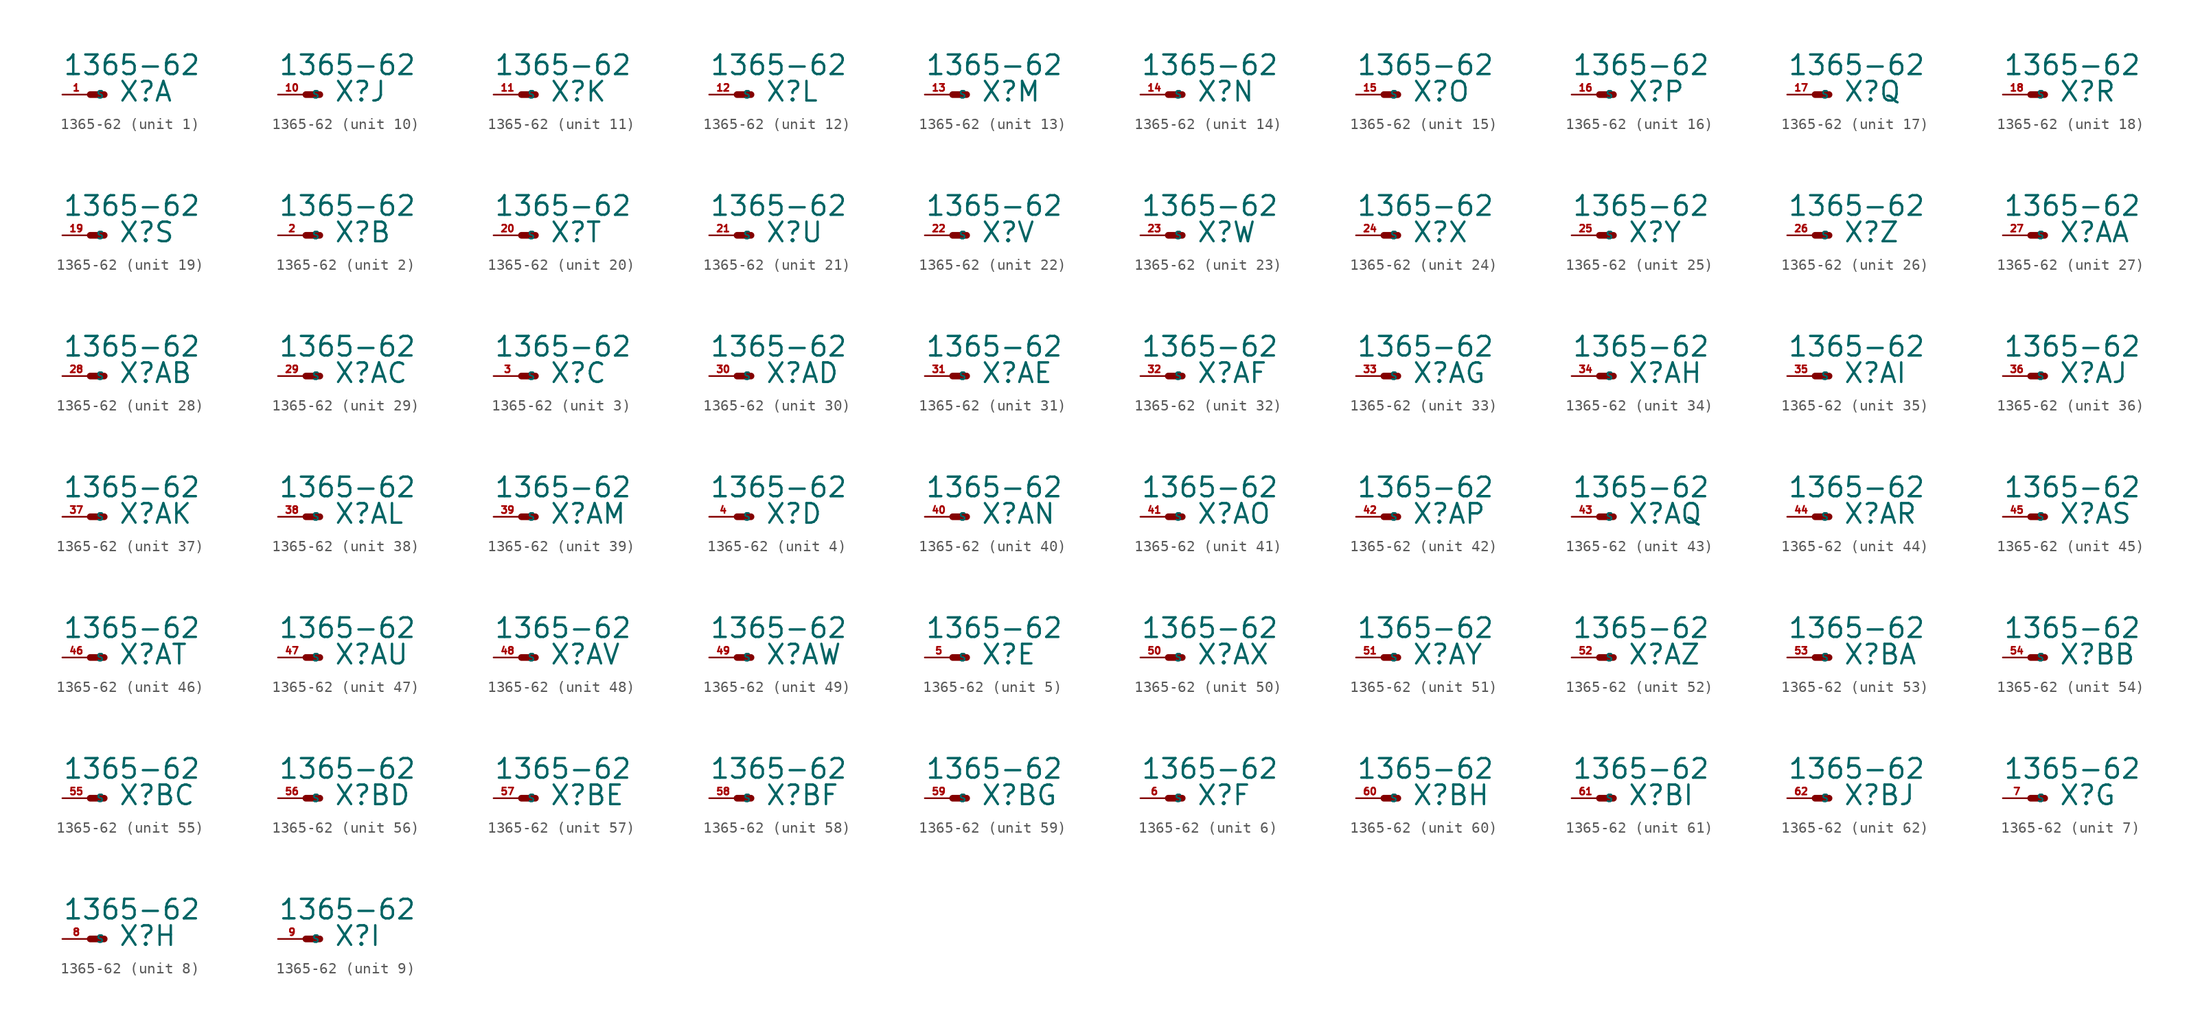
<source format=kicad_sym>
(kicad_symbol_lib
  (version 20220914)
  (generator Eagle2Kicad)
  (symbol "1365-62"
    (property "Reference" "X"
      (at 2.54 -0.762 0)
      (effects (font (size 1.778 1.778) (thickness 0.22)) (justify left bottom)))
    (property "Value" "1365-62"
      (at -2.54 1.651 0)
      (effects (font (size 1.778 1.778) (thickness 0.22)) (justify left bottom)))
    (symbol "1365-62_1_0"
      (polyline (pts (xy 0 0) (xy 1.27 0)) (stroke (width 0.61) (type default)) (fill (type none)))
      (pin passive line (at -2.54 0 0) (length 2.54) (name "S" (effects (font (size 0.635 0.635) (thickness 0.08)) (justify left bottom))) (number "1" (effects (font (size 0.635 0.635) (thickness 0.08)) (justify left bottom)))))
    (symbol "1365-62_2_0"
      (polyline (pts (xy 0 0) (xy 1.27 0)) (stroke (width 0.61) (type default)) (fill (type none)))
      (pin passive line (at -2.54 0 0) (length 2.54) (name "S" (effects (font (size 0.635 0.635) (thickness 0.08)) (justify left bottom))) (number "2" (effects (font (size 0.635 0.635) (thickness 0.08)) (justify left bottom)))))
    (symbol "1365-62_3_0"
      (polyline (pts (xy 0 0) (xy 1.27 0)) (stroke (width 0.61) (type default)) (fill (type none)))
      (pin passive line (at -2.54 0 0) (length 2.54) (name "S" (effects (font (size 0.635 0.635) (thickness 0.08)) (justify left bottom))) (number "3" (effects (font (size 0.635 0.635) (thickness 0.08)) (justify left bottom)))))
    (symbol "1365-62_4_0"
      (polyline (pts (xy 0 0) (xy 1.27 0)) (stroke (width 0.61) (type default)) (fill (type none)))
      (pin passive line (at -2.54 0 0) (length 2.54) (name "S" (effects (font (size 0.635 0.635) (thickness 0.08)) (justify left bottom))) (number "4" (effects (font (size 0.635 0.635) (thickness 0.08)) (justify left bottom)))))
    (symbol "1365-62_5_0"
      (polyline (pts (xy 0 0) (xy 1.27 0)) (stroke (width 0.61) (type default)) (fill (type none)))
      (pin passive line (at -2.54 0 0) (length 2.54) (name "S" (effects (font (size 0.635 0.635) (thickness 0.08)) (justify left bottom))) (number "5" (effects (font (size 0.635 0.635) (thickness 0.08)) (justify left bottom)))))
    (symbol "1365-62_6_0"
      (polyline (pts (xy 0 0) (xy 1.27 0)) (stroke (width 0.61) (type default)) (fill (type none)))
      (pin passive line (at -2.54 0 0) (length 2.54) (name "S" (effects (font (size 0.635 0.635) (thickness 0.08)) (justify left bottom))) (number "6" (effects (font (size 0.635 0.635) (thickness 0.08)) (justify left bottom)))))
    (symbol "1365-62_7_0"
      (polyline (pts (xy 0 0) (xy 1.27 0)) (stroke (width 0.61) (type default)) (fill (type none)))
      (pin passive line (at -2.54 0 0) (length 2.54) (name "S" (effects (font (size 0.635 0.635) (thickness 0.08)) (justify left bottom))) (number "7" (effects (font (size 0.635 0.635) (thickness 0.08)) (justify left bottom)))))
    (symbol "1365-62_8_0"
      (polyline (pts (xy 0 0) (xy 1.27 0)) (stroke (width 0.61) (type default)) (fill (type none)))
      (pin passive line (at -2.54 0 0) (length 2.54) (name "S" (effects (font (size 0.635 0.635) (thickness 0.08)) (justify left bottom))) (number "8" (effects (font (size 0.635 0.635) (thickness 0.08)) (justify left bottom)))))
    (symbol "1365-62_9_0"
      (polyline (pts (xy 0 0) (xy 1.27 0)) (stroke (width 0.61) (type default)) (fill (type none)))
      (pin passive line (at -2.54 0 0) (length 2.54) (name "S" (effects (font (size 0.635 0.635) (thickness 0.08)) (justify left bottom))) (number "9" (effects (font (size 0.635 0.635) (thickness 0.08)) (justify left bottom)))))
    (symbol "1365-62_10_0"
      (polyline (pts (xy 0 0) (xy 1.27 0)) (stroke (width 0.61) (type default)) (fill (type none)))
      (pin passive line (at -2.54 0 0) (length 2.54) (name "S" (effects (font (size 0.635 0.635) (thickness 0.08)) (justify left bottom))) (number "10" (effects (font (size 0.635 0.635) (thickness 0.08)) (justify left bottom)))))
    (symbol "1365-62_11_0"
      (polyline (pts (xy 0 0) (xy 1.27 0)) (stroke (width 0.61) (type default)) (fill (type none)))
      (pin passive line (at -2.54 0 0) (length 2.54) (name "S" (effects (font (size 0.635 0.635) (thickness 0.08)) (justify left bottom))) (number "11" (effects (font (size 0.635 0.635) (thickness 0.08)) (justify left bottom)))))
    (symbol "1365-62_12_0"
      (polyline (pts (xy 0 0) (xy 1.27 0)) (stroke (width 0.61) (type default)) (fill (type none)))
      (pin passive line (at -2.54 0 0) (length 2.54) (name "S" (effects (font (size 0.635 0.635) (thickness 0.08)) (justify left bottom))) (number "12" (effects (font (size 0.635 0.635) (thickness 0.08)) (justify left bottom)))))
    (symbol "1365-62_13_0"
      (polyline (pts (xy 0 0) (xy 1.27 0)) (stroke (width 0.61) (type default)) (fill (type none)))
      (pin passive line (at -2.54 0 0) (length 2.54) (name "S" (effects (font (size 0.635 0.635) (thickness 0.08)) (justify left bottom))) (number "13" (effects (font (size 0.635 0.635) (thickness 0.08)) (justify left bottom)))))
    (symbol "1365-62_14_0"
      (polyline (pts (xy 0 0) (xy 1.27 0)) (stroke (width 0.61) (type default)) (fill (type none)))
      (pin passive line (at -2.54 0 0) (length 2.54) (name "S" (effects (font (size 0.635 0.635) (thickness 0.08)) (justify left bottom))) (number "14" (effects (font (size 0.635 0.635) (thickness 0.08)) (justify left bottom)))))
    (symbol "1365-62_15_0"
      (polyline (pts (xy 0 0) (xy 1.27 0)) (stroke (width 0.61) (type default)) (fill (type none)))
      (pin passive line (at -2.54 0 0) (length 2.54) (name "S" (effects (font (size 0.635 0.635) (thickness 0.08)) (justify left bottom))) (number "15" (effects (font (size 0.635 0.635) (thickness 0.08)) (justify left bottom)))))
    (symbol "1365-62_16_0"
      (polyline (pts (xy 0 0) (xy 1.27 0)) (stroke (width 0.61) (type default)) (fill (type none)))
      (pin passive line (at -2.54 0 0) (length 2.54) (name "S" (effects (font (size 0.635 0.635) (thickness 0.08)) (justify left bottom))) (number "16" (effects (font (size 0.635 0.635) (thickness 0.08)) (justify left bottom)))))
    (symbol "1365-62_17_0"
      (polyline (pts (xy 0 0) (xy 1.27 0)) (stroke (width 0.61) (type default)) (fill (type none)))
      (pin passive line (at -2.54 0 0) (length 2.54) (name "S" (effects (font (size 0.635 0.635) (thickness 0.08)) (justify left bottom))) (number "17" (effects (font (size 0.635 0.635) (thickness 0.08)) (justify left bottom)))))
    (symbol "1365-62_18_0"
      (polyline (pts (xy 0 0) (xy 1.27 0)) (stroke (width 0.61) (type default)) (fill (type none)))
      (pin passive line (at -2.54 0 0) (length 2.54) (name "S" (effects (font (size 0.635 0.635) (thickness 0.08)) (justify left bottom))) (number "18" (effects (font (size 0.635 0.635) (thickness 0.08)) (justify left bottom)))))
    (symbol "1365-62_19_0"
      (polyline (pts (xy 0 0) (xy 1.27 0)) (stroke (width 0.61) (type default)) (fill (type none)))
      (pin passive line (at -2.54 0 0) (length 2.54) (name "S" (effects (font (size 0.635 0.635) (thickness 0.08)) (justify left bottom))) (number "19" (effects (font (size 0.635 0.635) (thickness 0.08)) (justify left bottom)))))
    (symbol "1365-62_20_0"
      (polyline (pts (xy 0 0) (xy 1.27 0)) (stroke (width 0.61) (type default)) (fill (type none)))
      (pin passive line (at -2.54 0 0) (length 2.54) (name "S" (effects (font (size 0.635 0.635) (thickness 0.08)) (justify left bottom))) (number "20" (effects (font (size 0.635 0.635) (thickness 0.08)) (justify left bottom)))))
    (symbol "1365-62_21_0"
      (polyline (pts (xy 0 0) (xy 1.27 0)) (stroke (width 0.61) (type default)) (fill (type none)))
      (pin passive line (at -2.54 0 0) (length 2.54) (name "S" (effects (font (size 0.635 0.635) (thickness 0.08)) (justify left bottom))) (number "21" (effects (font (size 0.635 0.635) (thickness 0.08)) (justify left bottom)))))
    (symbol "1365-62_22_0"
      (polyline (pts (xy 0 0) (xy 1.27 0)) (stroke (width 0.61) (type default)) (fill (type none)))
      (pin passive line (at -2.54 0 0) (length 2.54) (name "S" (effects (font (size 0.635 0.635) (thickness 0.08)) (justify left bottom))) (number "22" (effects (font (size 0.635 0.635) (thickness 0.08)) (justify left bottom)))))
    (symbol "1365-62_23_0"
      (polyline (pts (xy 0 0) (xy 1.27 0)) (stroke (width 0.61) (type default)) (fill (type none)))
      (pin passive line (at -2.54 0 0) (length 2.54) (name "S" (effects (font (size 0.635 0.635) (thickness 0.08)) (justify left bottom))) (number "23" (effects (font (size 0.635 0.635) (thickness 0.08)) (justify left bottom)))))
    (symbol "1365-62_24_0"
      (polyline (pts (xy 0 0) (xy 1.27 0)) (stroke (width 0.61) (type default)) (fill (type none)))
      (pin passive line (at -2.54 0 0) (length 2.54) (name "S" (effects (font (size 0.635 0.635) (thickness 0.08)) (justify left bottom))) (number "24" (effects (font (size 0.635 0.635) (thickness 0.08)) (justify left bottom)))))
    (symbol "1365-62_25_0"
      (polyline (pts (xy 0 0) (xy 1.27 0)) (stroke (width 0.61) (type default)) (fill (type none)))
      (pin passive line (at -2.54 0 0) (length 2.54) (name "S" (effects (font (size 0.635 0.635) (thickness 0.08)) (justify left bottom))) (number "25" (effects (font (size 0.635 0.635) (thickness 0.08)) (justify left bottom)))))
    (symbol "1365-62_26_0"
      (polyline (pts (xy 0 0) (xy 1.27 0)) (stroke (width 0.61) (type default)) (fill (type none)))
      (pin passive line (at -2.54 0 0) (length 2.54) (name "S" (effects (font (size 0.635 0.635) (thickness 0.08)) (justify left bottom))) (number "26" (effects (font (size 0.635 0.635) (thickness 0.08)) (justify left bottom)))))
    (symbol "1365-62_27_0"
      (polyline (pts (xy 0 0) (xy 1.27 0)) (stroke (width 0.61) (type default)) (fill (type none)))
      (pin passive line (at -2.54 0 0) (length 2.54) (name "S" (effects (font (size 0.635 0.635) (thickness 0.08)) (justify left bottom))) (number "27" (effects (font (size 0.635 0.635) (thickness 0.08)) (justify left bottom)))))
    (symbol "1365-62_28_0"
      (polyline (pts (xy 0 0) (xy 1.27 0)) (stroke (width 0.61) (type default)) (fill (type none)))
      (pin passive line (at -2.54 0 0) (length 2.54) (name "S" (effects (font (size 0.635 0.635) (thickness 0.08)) (justify left bottom))) (number "28" (effects (font (size 0.635 0.635) (thickness 0.08)) (justify left bottom)))))
    (symbol "1365-62_29_0"
      (polyline (pts (xy 0 0) (xy 1.27 0)) (stroke (width 0.61) (type default)) (fill (type none)))
      (pin passive line (at -2.54 0 0) (length 2.54) (name "S" (effects (font (size 0.635 0.635) (thickness 0.08)) (justify left bottom))) (number "29" (effects (font (size 0.635 0.635) (thickness 0.08)) (justify left bottom)))))
    (symbol "1365-62_30_0"
      (polyline (pts (xy 0 0) (xy 1.27 0)) (stroke (width 0.61) (type default)) (fill (type none)))
      (pin passive line (at -2.54 0 0) (length 2.54) (name "S" (effects (font (size 0.635 0.635) (thickness 0.08)) (justify left bottom))) (number "30" (effects (font (size 0.635 0.635) (thickness 0.08)) (justify left bottom)))))
    (symbol "1365-62_31_0"
      (polyline (pts (xy 0 0) (xy 1.27 0)) (stroke (width 0.61) (type default)) (fill (type none)))
      (pin passive line (at -2.54 0 0) (length 2.54) (name "S" (effects (font (size 0.635 0.635) (thickness 0.08)) (justify left bottom))) (number "31" (effects (font (size 0.635 0.635) (thickness 0.08)) (justify left bottom)))))
    (symbol "1365-62_32_0"
      (polyline (pts (xy 0 0) (xy 1.27 0)) (stroke (width 0.61) (type default)) (fill (type none)))
      (pin passive line (at -2.54 0 0) (length 2.54) (name "S" (effects (font (size 0.635 0.635) (thickness 0.08)) (justify left bottom))) (number "32" (effects (font (size 0.635 0.635) (thickness 0.08)) (justify left bottom)))))
    (symbol "1365-62_33_0"
      (polyline (pts (xy 0 0) (xy 1.27 0)) (stroke (width 0.61) (type default)) (fill (type none)))
      (pin passive line (at -2.54 0 0) (length 2.54) (name "S" (effects (font (size 0.635 0.635) (thickness 0.08)) (justify left bottom))) (number "33" (effects (font (size 0.635 0.635) (thickness 0.08)) (justify left bottom)))))
    (symbol "1365-62_34_0"
      (polyline (pts (xy 0 0) (xy 1.27 0)) (stroke (width 0.61) (type default)) (fill (type none)))
      (pin passive line (at -2.54 0 0) (length 2.54) (name "S" (effects (font (size 0.635 0.635) (thickness 0.08)) (justify left bottom))) (number "34" (effects (font (size 0.635 0.635) (thickness 0.08)) (justify left bottom)))))
    (symbol "1365-62_35_0"
      (polyline (pts (xy 0 0) (xy 1.27 0)) (stroke (width 0.61) (type default)) (fill (type none)))
      (pin passive line (at -2.54 0 0) (length 2.54) (name "S" (effects (font (size 0.635 0.635) (thickness 0.08)) (justify left bottom))) (number "35" (effects (font (size 0.635 0.635) (thickness 0.08)) (justify left bottom)))))
    (symbol "1365-62_36_0"
      (polyline (pts (xy 0 0) (xy 1.27 0)) (stroke (width 0.61) (type default)) (fill (type none)))
      (pin passive line (at -2.54 0 0) (length 2.54) (name "S" (effects (font (size 0.635 0.635) (thickness 0.08)) (justify left bottom))) (number "36" (effects (font (size 0.635 0.635) (thickness 0.08)) (justify left bottom)))))
    (symbol "1365-62_37_0"
      (polyline (pts (xy 0 0) (xy 1.27 0)) (stroke (width 0.61) (type default)) (fill (type none)))
      (pin passive line (at -2.54 0 0) (length 2.54) (name "S" (effects (font (size 0.635 0.635) (thickness 0.08)) (justify left bottom))) (number "37" (effects (font (size 0.635 0.635) (thickness 0.08)) (justify left bottom)))))
    (symbol "1365-62_38_0"
      (polyline (pts (xy 0 0) (xy 1.27 0)) (stroke (width 0.61) (type default)) (fill (type none)))
      (pin passive line (at -2.54 0 0) (length 2.54) (name "S" (effects (font (size 0.635 0.635) (thickness 0.08)) (justify left bottom))) (number "38" (effects (font (size 0.635 0.635) (thickness 0.08)) (justify left bottom)))))
    (symbol "1365-62_39_0"
      (polyline (pts (xy 0 0) (xy 1.27 0)) (stroke (width 0.61) (type default)) (fill (type none)))
      (pin passive line (at -2.54 0 0) (length 2.54) (name "S" (effects (font (size 0.635 0.635) (thickness 0.08)) (justify left bottom))) (number "39" (effects (font (size 0.635 0.635) (thickness 0.08)) (justify left bottom)))))
    (symbol "1365-62_40_0"
      (polyline (pts (xy 0 0) (xy 1.27 0)) (stroke (width 0.61) (type default)) (fill (type none)))
      (pin passive line (at -2.54 0 0) (length 2.54) (name "S" (effects (font (size 0.635 0.635) (thickness 0.08)) (justify left bottom))) (number "40" (effects (font (size 0.635 0.635) (thickness 0.08)) (justify left bottom)))))
    (symbol "1365-62_41_0"
      (polyline (pts (xy 0 0) (xy 1.27 0)) (stroke (width 0.61) (type default)) (fill (type none)))
      (pin passive line (at -2.54 0 0) (length 2.54) (name "S" (effects (font (size 0.635 0.635) (thickness 0.08)) (justify left bottom))) (number "41" (effects (font (size 0.635 0.635) (thickness 0.08)) (justify left bottom)))))
    (symbol "1365-62_42_0"
      (polyline (pts (xy 0 0) (xy 1.27 0)) (stroke (width 0.61) (type default)) (fill (type none)))
      (pin passive line (at -2.54 0 0) (length 2.54) (name "S" (effects (font (size 0.635 0.635) (thickness 0.08)) (justify left bottom))) (number "42" (effects (font (size 0.635 0.635) (thickness 0.08)) (justify left bottom)))))
    (symbol "1365-62_43_0"
      (polyline (pts (xy 0 0) (xy 1.27 0)) (stroke (width 0.61) (type default)) (fill (type none)))
      (pin passive line (at -2.54 0 0) (length 2.54) (name "S" (effects (font (size 0.635 0.635) (thickness 0.08)) (justify left bottom))) (number "43" (effects (font (size 0.635 0.635) (thickness 0.08)) (justify left bottom)))))
    (symbol "1365-62_44_0"
      (polyline (pts (xy 0 0) (xy 1.27 0)) (stroke (width 0.61) (type default)) (fill (type none)))
      (pin passive line (at -2.54 0 0) (length 2.54) (name "S" (effects (font (size 0.635 0.635) (thickness 0.08)) (justify left bottom))) (number "44" (effects (font (size 0.635 0.635) (thickness 0.08)) (justify left bottom)))))
    (symbol "1365-62_45_0"
      (polyline (pts (xy 0 0) (xy 1.27 0)) (stroke (width 0.61) (type default)) (fill (type none)))
      (pin passive line (at -2.54 0 0) (length 2.54) (name "S" (effects (font (size 0.635 0.635) (thickness 0.08)) (justify left bottom))) (number "45" (effects (font (size 0.635 0.635) (thickness 0.08)) (justify left bottom)))))
    (symbol "1365-62_46_0"
      (polyline (pts (xy 0 0) (xy 1.27 0)) (stroke (width 0.61) (type default)) (fill (type none)))
      (pin passive line (at -2.54 0 0) (length 2.54) (name "S" (effects (font (size 0.635 0.635) (thickness 0.08)) (justify left bottom))) (number "46" (effects (font (size 0.635 0.635) (thickness 0.08)) (justify left bottom)))))
    (symbol "1365-62_47_0"
      (polyline (pts (xy 0 0) (xy 1.27 0)) (stroke (width 0.61) (type default)) (fill (type none)))
      (pin passive line (at -2.54 0 0) (length 2.54) (name "S" (effects (font (size 0.635 0.635) (thickness 0.08)) (justify left bottom))) (number "47" (effects (font (size 0.635 0.635) (thickness 0.08)) (justify left bottom)))))
    (symbol "1365-62_48_0"
      (polyline (pts (xy 0 0) (xy 1.27 0)) (stroke (width 0.61) (type default)) (fill (type none)))
      (pin passive line (at -2.54 0 0) (length 2.54) (name "S" (effects (font (size 0.635 0.635) (thickness 0.08)) (justify left bottom))) (number "48" (effects (font (size 0.635 0.635) (thickness 0.08)) (justify left bottom)))))
    (symbol "1365-62_49_0"
      (polyline (pts (xy 0 0) (xy 1.27 0)) (stroke (width 0.61) (type default)) (fill (type none)))
      (pin passive line (at -2.54 0 0) (length 2.54) (name "S" (effects (font (size 0.635 0.635) (thickness 0.08)) (justify left bottom))) (number "49" (effects (font (size 0.635 0.635) (thickness 0.08)) (justify left bottom)))))
    (symbol "1365-62_50_0"
      (polyline (pts (xy 0 0) (xy 1.27 0)) (stroke (width 0.61) (type default)) (fill (type none)))
      (pin passive line (at -2.54 0 0) (length 2.54) (name "S" (effects (font (size 0.635 0.635) (thickness 0.08)) (justify left bottom))) (number "50" (effects (font (size 0.635 0.635) (thickness 0.08)) (justify left bottom)))))
    (symbol "1365-62_51_0"
      (polyline (pts (xy 0 0) (xy 1.27 0)) (stroke (width 0.61) (type default)) (fill (type none)))
      (pin passive line (at -2.54 0 0) (length 2.54) (name "S" (effects (font (size 0.635 0.635) (thickness 0.08)) (justify left bottom))) (number "51" (effects (font (size 0.635 0.635) (thickness 0.08)) (justify left bottom)))))
    (symbol "1365-62_52_0"
      (polyline (pts (xy 0 0) (xy 1.27 0)) (stroke (width 0.61) (type default)) (fill (type none)))
      (pin passive line (at -2.54 0 0) (length 2.54) (name "S" (effects (font (size 0.635 0.635) (thickness 0.08)) (justify left bottom))) (number "52" (effects (font (size 0.635 0.635) (thickness 0.08)) (justify left bottom)))))
    (symbol "1365-62_53_0"
      (polyline (pts (xy 0 0) (xy 1.27 0)) (stroke (width 0.61) (type default)) (fill (type none)))
      (pin passive line (at -2.54 0 0) (length 2.54) (name "S" (effects (font (size 0.635 0.635) (thickness 0.08)) (justify left bottom))) (number "53" (effects (font (size 0.635 0.635) (thickness 0.08)) (justify left bottom)))))
    (symbol "1365-62_54_0"
      (polyline (pts (xy 0 0) (xy 1.27 0)) (stroke (width 0.61) (type default)) (fill (type none)))
      (pin passive line (at -2.54 0 0) (length 2.54) (name "S" (effects (font (size 0.635 0.635) (thickness 0.08)) (justify left bottom))) (number "54" (effects (font (size 0.635 0.635) (thickness 0.08)) (justify left bottom)))))
    (symbol "1365-62_55_0"
      (polyline (pts (xy 0 0) (xy 1.27 0)) (stroke (width 0.61) (type default)) (fill (type none)))
      (pin passive line (at -2.54 0 0) (length 2.54) (name "S" (effects (font (size 0.635 0.635) (thickness 0.08)) (justify left bottom))) (number "55" (effects (font (size 0.635 0.635) (thickness 0.08)) (justify left bottom)))))
    (symbol "1365-62_56_0"
      (polyline (pts (xy 0 0) (xy 1.27 0)) (stroke (width 0.61) (type default)) (fill (type none)))
      (pin passive line (at -2.54 0 0) (length 2.54) (name "S" (effects (font (size 0.635 0.635) (thickness 0.08)) (justify left bottom))) (number "56" (effects (font (size 0.635 0.635) (thickness 0.08)) (justify left bottom)))))
    (symbol "1365-62_57_0"
      (polyline (pts (xy 0 0) (xy 1.27 0)) (stroke (width 0.61) (type default)) (fill (type none)))
      (pin passive line (at -2.54 0 0) (length 2.54) (name "S" (effects (font (size 0.635 0.635) (thickness 0.08)) (justify left bottom))) (number "57" (effects (font (size 0.635 0.635) (thickness 0.08)) (justify left bottom)))))
    (symbol "1365-62_58_0"
      (polyline (pts (xy 0 0) (xy 1.27 0)) (stroke (width 0.61) (type default)) (fill (type none)))
      (pin passive line (at -2.54 0 0) (length 2.54) (name "S" (effects (font (size 0.635 0.635) (thickness 0.08)) (justify left bottom))) (number "58" (effects (font (size 0.635 0.635) (thickness 0.08)) (justify left bottom)))))
    (symbol "1365-62_59_0"
      (polyline (pts (xy 0 0) (xy 1.27 0)) (stroke (width 0.61) (type default)) (fill (type none)))
      (pin passive line (at -2.54 0 0) (length 2.54) (name "S" (effects (font (size 0.635 0.635) (thickness 0.08)) (justify left bottom))) (number "59" (effects (font (size 0.635 0.635) (thickness 0.08)) (justify left bottom)))))
    (symbol "1365-62_60_0"
      (polyline (pts (xy 0 0) (xy 1.27 0)) (stroke (width 0.61) (type default)) (fill (type none)))
      (pin passive line (at -2.54 0 0) (length 2.54) (name "S" (effects (font (size 0.635 0.635) (thickness 0.08)) (justify left bottom))) (number "60" (effects (font (size 0.635 0.635) (thickness 0.08)) (justify left bottom)))))
    (symbol "1365-62_61_0"
      (polyline (pts (xy 0 0) (xy 1.27 0)) (stroke (width 0.61) (type default)) (fill (type none)))
      (pin passive line (at -2.54 0 0) (length 2.54) (name "S" (effects (font (size 0.635 0.635) (thickness 0.08)) (justify left bottom))) (number "61" (effects (font (size 0.635 0.635) (thickness 0.08)) (justify left bottom)))))
    (symbol "1365-62_62_0"
      (polyline (pts (xy 0 0) (xy 1.27 0)) (stroke (width 0.61) (type default)) (fill (type none)))
      (pin passive line (at -2.54 0 0) (length 2.54) (name "S" (effects (font (size 0.635 0.635) (thickness 0.08)) (justify left bottom))) (number "62" (effects (font (size 0.635 0.635) (thickness 0.08)) (justify left bottom)))))))
</source>
